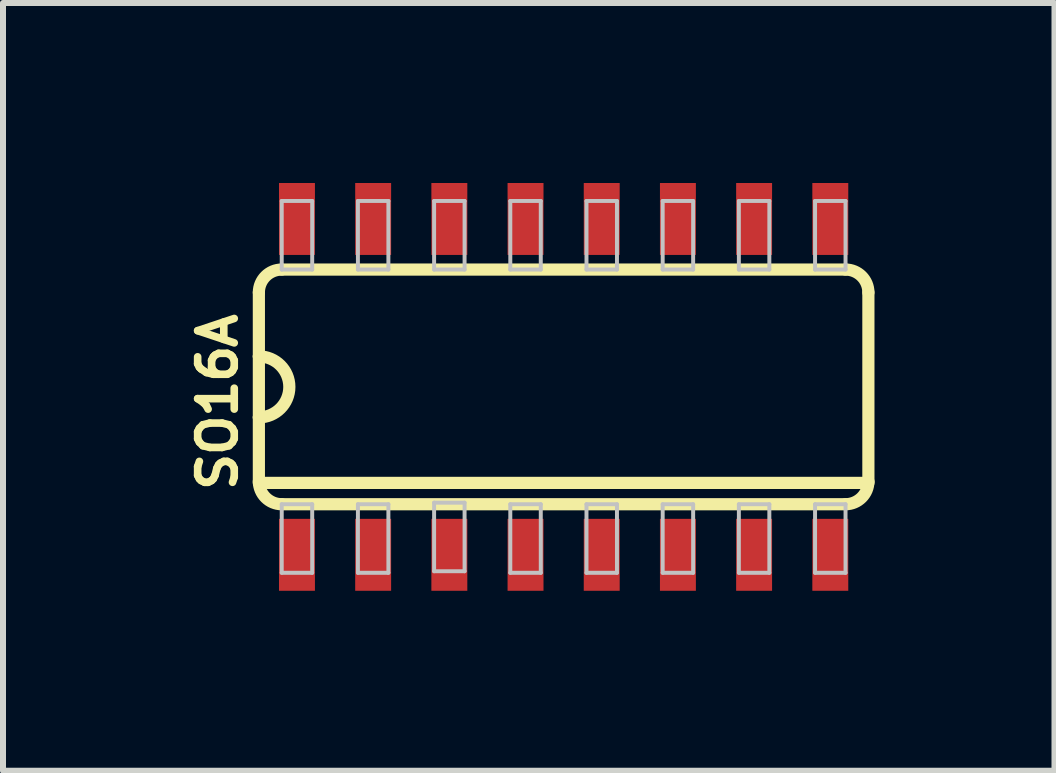
<source format=kicad_pcb>
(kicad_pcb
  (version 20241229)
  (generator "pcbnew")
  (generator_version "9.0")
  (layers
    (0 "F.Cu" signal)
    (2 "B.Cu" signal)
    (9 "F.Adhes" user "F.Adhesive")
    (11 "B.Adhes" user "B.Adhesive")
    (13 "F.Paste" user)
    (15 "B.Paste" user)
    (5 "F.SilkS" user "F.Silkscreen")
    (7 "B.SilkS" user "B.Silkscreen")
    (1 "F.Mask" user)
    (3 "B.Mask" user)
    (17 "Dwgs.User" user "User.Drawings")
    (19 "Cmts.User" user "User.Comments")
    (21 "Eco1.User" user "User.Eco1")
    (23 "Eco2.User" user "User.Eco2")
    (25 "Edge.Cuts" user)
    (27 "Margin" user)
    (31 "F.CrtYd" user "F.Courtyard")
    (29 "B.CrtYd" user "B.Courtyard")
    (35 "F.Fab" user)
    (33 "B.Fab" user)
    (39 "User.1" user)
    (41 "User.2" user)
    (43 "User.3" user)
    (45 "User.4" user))
  (footprint "SO16A"
    (layer "F.Cu")
    (at 6.345 3.399)
    (property "Reference" "SO16A" (at -5.766 0.254 90) (layer "F.SilkS") (effects (font (size 0.61 0.61) (thickness 0.127))))
    (attr smd)
    (fp_line (start -5.08 -1.575) (end -5.08 -0.508) (stroke (width 0.203) (type solid)) (layer "F.SilkS"))
    (fp_line (start -5.08 -0.508) (end -5.08 0.508) (stroke (width 0.203) (type solid)) (layer "F.SilkS"))
    (fp_line (start -5.08 0.508) (end -5.08 1.575) (stroke (width 0.203) (type solid)) (layer "F.SilkS"))
    (fp_line (start -5.08 1.6) (end 5.08 1.6) (stroke (width 0.203) (type solid)) (layer "F.SilkS"))
    (fp_line (start -4.699 1.956) (end 4.699 1.956) (stroke (width 0.203) (type solid)) (layer "F.SilkS"))
    (fp_line (start 4.699 -1.956) (end -4.699 -1.956) (stroke (width 0.203) (type solid)) (layer "F.SilkS"))
    (fp_line (start 5.08 1.575) (end 5.08 -1.575) (stroke (width 0.203) (type solid)) (layer "F.SilkS"))
    (fp_arc (start -5.08 -1.5748) (mid -4.968408 -1.844208) (end -4.699 -1.9558) (stroke (width 0.2032) (type solid)) (layer "F.SilkS"))
    (fp_arc (start -5.08 -0.508) (mid -4.572 0) (end -5.08 0.508) (stroke (width 0.2032) (type solid)) (layer "F.SilkS"))
    (fp_arc (start -4.699 1.9558) (mid -4.968408 1.844208) (end -5.08 1.5748) (stroke (width 0.2032) (type solid)) (layer "F.SilkS"))
    (fp_arc (start 4.699 -1.9558) (mid 4.968408 -1.844208) (end 5.08 -1.5748) (stroke (width 0.2032) (type solid)) (layer "F.SilkS"))
    (fp_arc (start 5.08 1.5748) (mid 4.968408 1.844208) (end 4.699 1.9558) (stroke (width 0.2032) (type solid)) (layer "F.SilkS"))
    (fp_line (start -4.699 -3.099) (end -4.191 -3.099) (stroke (width 0.066) (type solid)) (layer "Dwgs.User"))
    (fp_line (start -4.699 -1.956) (end -4.699 -3.099) (stroke (width 0.066) (type solid)) (layer "Dwgs.User"))
    (fp_line (start -4.699 -1.956) (end -4.191 -1.956) (stroke (width 0.066) (type solid)) (layer "Dwgs.User"))
    (fp_line (start -4.699 1.956) (end -4.191 1.956) (stroke (width 0.066) (type solid)) (layer "Dwgs.User"))
    (fp_line (start -4.699 3.099) (end -4.699 1.956) (stroke (width 0.066) (type solid)) (layer "Dwgs.User"))
    (fp_line (start -4.699 3.099) (end -4.191 3.099) (stroke (width 0.066) (type solid)) (layer "Dwgs.User"))
    (fp_line (start -4.191 -1.956) (end -4.191 -3.099) (stroke (width 0.066) (type solid)) (layer "Dwgs.User"))
    (fp_line (start -4.191 3.099) (end -4.191 1.956) (stroke (width 0.066) (type solid)) (layer "Dwgs.User"))
    (fp_line (start -3.429 -3.099) (end -2.921 -3.099) (stroke (width 0.066) (type solid)) (layer "Dwgs.User"))
    (fp_line (start -3.429 -1.956) (end -3.429 -3.099) (stroke (width 0.066) (type solid)) (layer "Dwgs.User"))
    (fp_line (start -3.429 -1.956) (end -2.921 -1.956) (stroke (width 0.066) (type solid)) (layer "Dwgs.User"))
    (fp_line (start -3.429 1.956) (end -2.921 1.956) (stroke (width 0.066) (type solid)) (layer "Dwgs.User"))
    (fp_line (start -3.429 3.099) (end -3.429 1.956) (stroke (width 0.066) (type solid)) (layer "Dwgs.User"))
    (fp_line (start -3.429 3.099) (end -2.921 3.099) (stroke (width 0.066) (type solid)) (layer "Dwgs.User"))
    (fp_line (start -2.921 -1.956) (end -2.921 -3.099) (stroke (width 0.066) (type solid)) (layer "Dwgs.User"))
    (fp_line (start -2.921 3.099) (end -2.921 1.956) (stroke (width 0.066) (type solid)) (layer "Dwgs.User"))
    (fp_line (start -2.159 -3.099) (end -1.651 -3.099) (stroke (width 0.066) (type solid)) (layer "Dwgs.User"))
    (fp_line (start -2.159 -1.956) (end -2.159 -3.099) (stroke (width 0.066) (type solid)) (layer "Dwgs.User"))
    (fp_line (start -2.159 -1.956) (end -1.651 -1.956) (stroke (width 0.066) (type solid)) (layer "Dwgs.User"))
    (fp_line (start -2.159 1.93) (end -1.651 1.93) (stroke (width 0.066) (type solid)) (layer "Dwgs.User"))
    (fp_line (start -2.159 3.073) (end -2.159 1.93) (stroke (width 0.066) (type solid)) (layer "Dwgs.User"))
    (fp_line (start -2.159 3.073) (end -1.651 3.073) (stroke (width 0.066) (type solid)) (layer "Dwgs.User"))
    (fp_line (start -1.651 -1.956) (end -1.651 -3.099) (stroke (width 0.066) (type solid)) (layer "Dwgs.User"))
    (fp_line (start -1.651 3.073) (end -1.651 1.93) (stroke (width 0.066) (type solid)) (layer "Dwgs.User"))
    (fp_line (start -0.889 -3.099) (end -0.381 -3.099) (stroke (width 0.066) (type solid)) (layer "Dwgs.User"))
    (fp_line (start -0.889 -1.956) (end -0.889 -3.099) (stroke (width 0.066) (type solid)) (layer "Dwgs.User"))
    (fp_line (start -0.889 -1.956) (end -0.381 -1.956) (stroke (width 0.066) (type solid)) (layer "Dwgs.User"))
    (fp_line (start -0.889 1.956) (end -0.381 1.956) (stroke (width 0.066) (type solid)) (layer "Dwgs.User"))
    (fp_line (start -0.889 3.099) (end -0.889 1.956) (stroke (width 0.066) (type solid)) (layer "Dwgs.User"))
    (fp_line (start -0.889 3.099) (end -0.381 3.099) (stroke (width 0.066) (type solid)) (layer "Dwgs.User"))
    (fp_line (start -0.381 -1.956) (end -0.381 -3.099) (stroke (width 0.066) (type solid)) (layer "Dwgs.User"))
    (fp_line (start -0.381 3.099) (end -0.381 1.956) (stroke (width 0.066) (type solid)) (layer "Dwgs.User"))
    (fp_line (start 0.381 -3.099) (end 0.889 -3.099) (stroke (width 0.066) (type solid)) (layer "Dwgs.User"))
    (fp_line (start 0.381 -1.956) (end 0.381 -3.099) (stroke (width 0.066) (type solid)) (layer "Dwgs.User"))
    (fp_line (start 0.381 -1.956) (end 0.889 -1.956) (stroke (width 0.066) (type solid)) (layer "Dwgs.User"))
    (fp_line (start 0.381 1.956) (end 0.889 1.956) (stroke (width 0.066) (type solid)) (layer "Dwgs.User"))
    (fp_line (start 0.381 3.099) (end 0.381 1.956) (stroke (width 0.066) (type solid)) (layer "Dwgs.User"))
    (fp_line (start 0.381 3.099) (end 0.889 3.099) (stroke (width 0.066) (type solid)) (layer "Dwgs.User"))
    (fp_line (start 0.889 -1.956) (end 0.889 -3.099) (stroke (width 0.066) (type solid)) (layer "Dwgs.User"))
    (fp_line (start 0.889 3.099) (end 0.889 1.956) (stroke (width 0.066) (type solid)) (layer "Dwgs.User"))
    (fp_line (start 1.651 -3.099) (end 2.159 -3.099) (stroke (width 0.066) (type solid)) (layer "Dwgs.User"))
    (fp_line (start 1.651 -1.956) (end 1.651 -3.099) (stroke (width 0.066) (type solid)) (layer "Dwgs.User"))
    (fp_line (start 1.651 -1.956) (end 2.159 -1.956) (stroke (width 0.066) (type solid)) (layer "Dwgs.User"))
    (fp_line (start 1.651 1.956) (end 2.159 1.956) (stroke (width 0.066) (type solid)) (layer "Dwgs.User"))
    (fp_line (start 1.651 3.099) (end 1.651 1.956) (stroke (width 0.066) (type solid)) (layer "Dwgs.User"))
    (fp_line (start 1.651 3.099) (end 2.159 3.099) (stroke (width 0.066) (type solid)) (layer "Dwgs.User"))
    (fp_line (start 2.159 -1.956) (end 2.159 -3.099) (stroke (width 0.066) (type solid)) (layer "Dwgs.User"))
    (fp_line (start 2.159 3.099) (end 2.159 1.956) (stroke (width 0.066) (type solid)) (layer "Dwgs.User"))
    (fp_line (start 2.921 -3.099) (end 3.429 -3.099) (stroke (width 0.066) (type solid)) (layer "Dwgs.User"))
    (fp_line (start 2.921 -1.956) (end 2.921 -3.099) (stroke (width 0.066) (type solid)) (layer "Dwgs.User"))
    (fp_line (start 2.921 -1.956) (end 3.429 -1.956) (stroke (width 0.066) (type solid)) (layer "Dwgs.User"))
    (fp_line (start 2.921 1.956) (end 3.429 1.956) (stroke (width 0.066) (type solid)) (layer "Dwgs.User"))
    (fp_line (start 2.921 3.099) (end 2.921 1.956) (stroke (width 0.066) (type solid)) (layer "Dwgs.User"))
    (fp_line (start 2.921 3.099) (end 3.429 3.099) (stroke (width 0.066) (type solid)) (layer "Dwgs.User"))
    (fp_line (start 3.429 -1.956) (end 3.429 -3.099) (stroke (width 0.066) (type solid)) (layer "Dwgs.User"))
    (fp_line (start 3.429 3.099) (end 3.429 1.956) (stroke (width 0.066) (type solid)) (layer "Dwgs.User"))
    (fp_line (start 4.191 -3.099) (end 4.699 -3.099) (stroke (width 0.066) (type solid)) (layer "Dwgs.User"))
    (fp_line (start 4.191 -1.956) (end 4.191 -3.099) (stroke (width 0.066) (type solid)) (layer "Dwgs.User"))
    (fp_line (start 4.191 -1.956) (end 4.699 -1.956) (stroke (width 0.066) (type solid)) (layer "Dwgs.User"))
    (fp_line (start 4.191 1.956) (end 4.699 1.956) (stroke (width 0.066) (type solid)) (layer "Dwgs.User"))
    (fp_line (start 4.191 3.099) (end 4.191 1.956) (stroke (width 0.066) (type solid)) (layer "Dwgs.User"))
    (fp_line (start 4.191 3.099) (end 4.699 3.099) (stroke (width 0.066) (type solid)) (layer "Dwgs.User"))
    (fp_line (start 4.699 -1.956) (end 4.699 -3.099) (stroke (width 0.066) (type solid)) (layer "Dwgs.User"))
    (fp_line (start 4.699 3.099) (end 4.699 1.956) (stroke (width 0.066) (type solid)) (layer "Dwgs.User"))
    (pad "1" smd rect (at -4.445 2.799) (size 0.599 1.199) (layers "F.Cu" "F.Mask" "F.Paste"))
    (pad "2" smd rect (at -3.175 2.799) (size 0.599 1.199) (layers "F.Cu" "F.Mask" "F.Paste"))
    (pad "3" smd rect (at -1.905 2.799) (size 0.599 1.199) (layers "F.Cu" "F.Mask" "F.Paste"))
    (pad "4" smd rect (at -0.635 2.799) (size 0.599 1.199) (layers "F.Cu" "F.Mask" "F.Paste"))
    (pad "5" smd rect (at 0.635 2.799) (size 0.599 1.199) (layers "F.Cu" "F.Mask" "F.Paste"))
    (pad "6" smd rect (at 1.905 2.799) (size 0.599 1.199) (layers "F.Cu" "F.Mask" "F.Paste"))
    (pad "7" smd rect (at 3.175 2.799) (size 0.599 1.199) (layers "F.Cu" "F.Mask" "F.Paste"))
    (pad "8" smd rect (at 4.445 2.799) (size 0.599 1.199) (layers "F.Cu" "F.Mask" "F.Paste"))
    (pad "9" smd rect (at 4.445 -2.799) (size 0.599 1.199) (layers "F.Cu" "F.Mask" "F.Paste"))
    (pad "10" smd rect (at 3.175 -2.799) (size 0.599 1.199) (layers "F.Cu" "F.Mask" "F.Paste"))
    (pad "11" smd rect (at 1.905 -2.799) (size 0.599 1.199) (layers "F.Cu" "F.Mask" "F.Paste"))
    (pad "12" smd rect (at 0.635 -2.799) (size 0.599 1.199) (layers "F.Cu" "F.Mask" "F.Paste"))
    (pad "13" smd rect (at -0.635 -2.799) (size 0.599 1.199) (layers "F.Cu" "F.Mask" "F.Paste"))
    (pad "14" smd rect (at -1.905 -2.799) (size 0.599 1.199) (layers "F.Cu" "F.Mask" "F.Paste"))
    (pad "15" smd rect (at -3.175 -2.799) (size 0.599 1.199) (layers "F.Cu" "F.Mask" "F.Paste"))
    (pad "16" smd rect (at -4.445 -2.799) (size 0.599 1.199) (layers "F.Cu" "F.Mask" "F.Paste")))
  (gr_rect
    (start -3 -3)
    (end 14.527 9.797)
    (stroke (width 0.1) (type default))
    (fill no)
    (layer "Edge.Cuts")))
</source>
